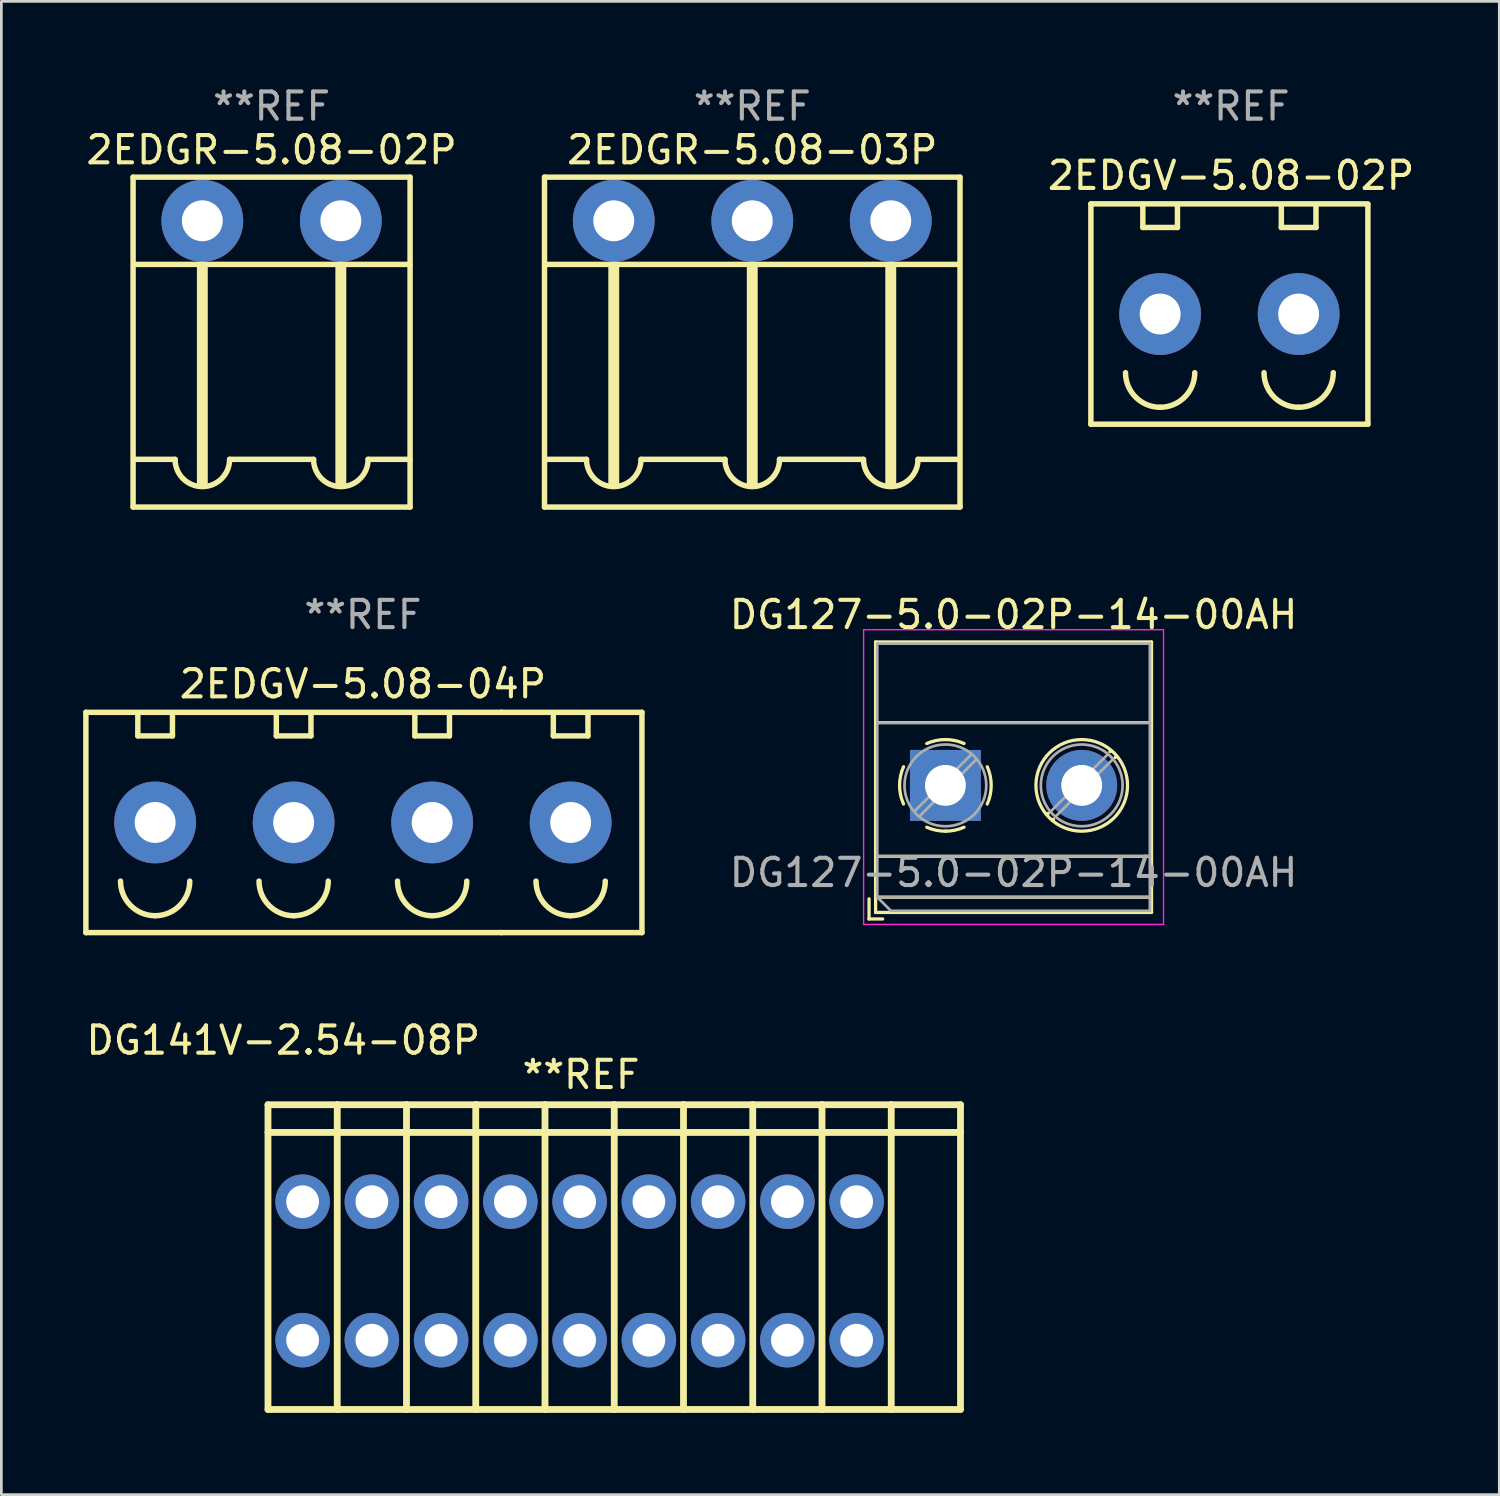
<source format=kicad_pcb>
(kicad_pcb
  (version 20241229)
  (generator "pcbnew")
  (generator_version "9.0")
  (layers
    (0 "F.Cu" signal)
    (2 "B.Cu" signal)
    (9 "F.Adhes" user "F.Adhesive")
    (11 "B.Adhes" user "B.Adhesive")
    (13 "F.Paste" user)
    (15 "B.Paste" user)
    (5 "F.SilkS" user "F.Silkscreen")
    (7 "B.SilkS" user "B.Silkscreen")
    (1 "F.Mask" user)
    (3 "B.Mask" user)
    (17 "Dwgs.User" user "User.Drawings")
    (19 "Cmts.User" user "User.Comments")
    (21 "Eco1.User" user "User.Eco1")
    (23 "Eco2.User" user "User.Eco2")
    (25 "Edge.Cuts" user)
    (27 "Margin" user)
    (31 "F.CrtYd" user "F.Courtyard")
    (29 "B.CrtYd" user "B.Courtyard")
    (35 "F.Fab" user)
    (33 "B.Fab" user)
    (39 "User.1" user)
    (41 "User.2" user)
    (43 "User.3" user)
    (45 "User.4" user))
  (footprint "DG127-5.0-02P-14-00AH"
    (layer "F.Cu")
    (at 31.625 25.756)
    (property "Reference" "DG127-5.0-02P-14-00AH" (at 2.5 -6.26 0) (layer "F.SilkS") (effects (font (size 1 1) (thickness 0.15))))
    (attr through_hole)
    (fp_line (start -2.8 4.16) (end -2.8 4.9) (stroke (width 0.12) (type solid)) (layer "F.SilkS"))
    (fp_line (start -2.8 4.9) (end -2.3 4.9) (stroke (width 0.12) (type solid)) (layer "F.SilkS"))
    (fp_line (start -2.56 -5.261) (end -2.56 4.66) (stroke (width 0.12) (type solid)) (layer "F.SilkS"))
    (fp_line (start -2.56 -5.261) (end 7.56 -5.261) (stroke (width 0.12) (type solid)) (layer "F.SilkS"))
    (fp_line (start -2.56 -2.301) (end 7.56 -2.301) (stroke (width 0.12) (type solid)) (layer "F.SilkS"))
    (fp_line (start -2.56 2.6) (end 7.56 2.6) (stroke (width 0.12) (type solid)) (layer "F.SilkS"))
    (fp_line (start -2.56 4.1) (end 7.56 4.1) (stroke (width 0.12) (type solid)) (layer "F.SilkS"))
    (fp_line (start -2.56 4.66) (end 7.56 4.66) (stroke (width 0.12) (type solid)) (layer "F.SilkS"))
    (fp_line (start 3.773 1.023) (end 3.726 1.069) (stroke (width 0.12) (type solid)) (layer "F.SilkS"))
    (fp_line (start 3.966 1.239) (end 3.931 1.274) (stroke (width 0.12) (type solid)) (layer "F.SilkS"))
    (fp_line (start 6.07 -1.275) (end 6.035 -1.239) (stroke (width 0.12) (type solid)) (layer "F.SilkS"))
    (fp_line (start 6.275 -1.069) (end 6.228 -1.023) (stroke (width 0.12) (type solid)) (layer "F.SilkS"))
    (fp_line (start 7.56 -5.261) (end 7.56 4.66) (stroke (width 0.12) (type solid)) (layer "F.SilkS"))
    (fp_arc (start -1.535427 0.683042) (mid -1.680501 -0.000524) (end -1.535 -0.684) (stroke (width 0.12) (type solid)) (layer "F.SilkS"))
    (fp_arc (start -0.683042 -1.535427) (mid 0.000524 -1.680501) (end 0.684 -1.535) (stroke (width 0.12) (type solid)) (layer "F.SilkS"))
    (fp_arc (start 0.028805 1.680253) (mid -0.335551 1.646659) (end -0.684 1.535) (stroke (width 0.12) (type solid)) (layer "F.SilkS"))
    (fp_arc (start 0.683318 1.534756) (mid 0.349292 1.643288) (end 0 1.68) (stroke (width 0.12) (type solid)) (layer "F.SilkS"))
    (fp_arc (start 1.535427 -0.683042) (mid 1.680501 0.000524) (end 1.535 0.684) (stroke (width 0.12) (type solid)) (layer "F.SilkS"))
    (fp_circle (center 5 0) (end 6.68 0) (stroke (width 0.12) (type solid)) (fill no) (layer "F.SilkS"))
    (fp_line (start -3 -5.71) (end -3 5.1) (stroke (width 0.05) (type solid)) (layer "F.CrtYd"))
    (fp_line (start -3 5.1) (end 8 5.1) (stroke (width 0.05) (type solid)) (layer "F.CrtYd"))
    (fp_line (start 8 -5.71) (end -3 -5.71) (stroke (width 0.05) (type solid)) (layer "F.CrtYd"))
    (fp_line (start 8 5.1) (end 8 -5.71) (stroke (width 0.05) (type solid)) (layer "F.CrtYd"))
    (fp_line (start -2.5 -5.2) (end 7.5 -5.2) (stroke (width 0.1) (type solid)) (layer "F.Fab"))
    (fp_line (start -2.5 -2.3) (end 7.5 -2.3) (stroke (width 0.1) (type solid)) (layer "F.Fab"))
    (fp_line (start -2.5 2.6) (end 7.5 2.6) (stroke (width 0.1) (type solid)) (layer "F.Fab"))
    (fp_line (start -2.5 4.1) (end -2.5 -5.2) (stroke (width 0.1) (type solid)) (layer "F.Fab"))
    (fp_line (start -2.5 4.1) (end 7.5 4.1) (stroke (width 0.1) (type solid)) (layer "F.Fab"))
    (fp_line (start -2 4.6) (end -2.5 4.1) (stroke (width 0.1) (type solid)) (layer "F.Fab"))
    (fp_line (start 0.955 -1.138) (end -1.138 0.955) (stroke (width 0.1) (type solid)) (layer "F.Fab"))
    (fp_line (start 1.138 -0.955) (end -0.955 1.138) (stroke (width 0.1) (type solid)) (layer "F.Fab"))
    (fp_line (start 5.955 -1.138) (end 3.863 0.955) (stroke (width 0.1) (type solid)) (layer "F.Fab"))
    (fp_line (start 6.138 -0.955) (end 4.046 1.138) (stroke (width 0.1) (type solid)) (layer "F.Fab"))
    (fp_line (start 7.5 -5.2) (end 7.5 4.6) (stroke (width 0.1) (type solid)) (layer "F.Fab"))
    (fp_line (start 7.5 4.6) (end -2 4.6) (stroke (width 0.1) (type solid)) (layer "F.Fab"))
    (fp_circle (center 0 0) (end 1.5 0) (stroke (width 0.1) (type solid)) (fill no) (layer "F.Fab"))
    (fp_circle (center 5 0) (end 6.5 0) (stroke (width 0.1) (type solid)) (fill no) (layer "F.Fab"))
    (fp_text user "${REFERENCE}" (at 2.5 3.2 0) (layer "F.Fab") (effects (font (size 1 1) (thickness 0.15))))
    (pad "1" thru_hole rect (at 0 0) (size 2.6 2.6) (drill 1.5) (layers "*.Cu" "*.Mask"))
    (pad "2" thru_hole circle (at 5 0) (size 2.6 2.6) (drill 1.5) (layers "*.Cu" "*.Mask")))
  (footprint "2EDGR-5.08-02P"
    (layer "F.Cu")
    (at 6.911 5.048)
    (property "Reference" "2EDGR-5.08-02P" (at 0 -2.6 0) (unlocked yes) (layer "F.SilkS") (effects (font (size 1 1) (thickness 0.15))))
    (attr through_hole)
    (fp_line (start -5.08 -1.6) (end -5.08 10.5) (stroke (width 0.2) (type solid)) (layer "F.SilkS"))
    (fp_line (start -5.08 -1.6) (end 5.08 -1.6) (stroke (width 0.2) (type solid)) (layer "F.SilkS"))
    (fp_line (start -5.08 10.5) (end 5.08 10.5) (stroke (width 0.2) (type solid)) (layer "F.SilkS"))
    (fp_line (start -5.06 1.6) (end 5.08 1.6) (stroke (width 0.2) (type solid)) (layer "F.SilkS"))
    (fp_line (start -3.54 8.75) (end -5.06 8.75) (stroke (width 0.2) (type solid)) (layer "F.SilkS"))
    (fp_line (start -2.54 9.6) (end -2.54 1.7) (stroke (width 0.4) (type solid)) (layer "F.SilkS"))
    (fp_line (start 1.54 8.75) (end -1.54 8.75) (stroke (width 0.2) (type solid)) (layer "F.SilkS"))
    (fp_line (start 2.54 9.6) (end 2.54 1.7) (stroke (width 0.4) (type solid)) (layer "F.SilkS"))
    (fp_line (start 5.08 -1.6) (end 5.08 10.5) (stroke (width 0.2) (type solid)) (layer "F.SilkS"))
    (fp_line (start 5.08 8.75) (end 3.54 8.75) (stroke (width 0.2) (type solid)) (layer "F.SilkS"))
    (fp_arc (start -1.54 8.75) (mid -2.54 9.75) (end -3.54 8.75) (stroke (width 0.2) (type solid)) (layer "F.SilkS"))
    (fp_arc (start 3.54 8.75) (mid 2.54 9.75) (end 1.54 8.75) (stroke (width 0.2) (type solid)) (layer "F.SilkS"))
    (fp_text user "**REF" (at 0 -4.2 0) (unlocked yes) (layer "F.Fab") (effects (font (size 1 1) (thickness 0.15))))
    (pad "1" thru_hole circle (at -2.54 0) (size 3 3) (drill 1.5) (layers "*.Cu" "*.Mask"))
    (pad "2" thru_hole circle (at 2.54 0) (size 3 3) (drill 1.5) (layers "*.Cu" "*.Mask")))
  (footprint "2EDGV-5.08-04P"
    (layer "F.Cu")
    (at 10.26 27.116)
    (property "Reference" "2EDGV-5.08-04P" (at 0 -5.08 0) (unlocked yes) (layer "F.SilkS") (effects (font (size 1 1) (thickness 0.15))))
    (attr through_hole)
    (fp_line (start -10.16 -4.04) (end -10.16 4.04) (stroke (width 0.2) (type solid)) (layer "F.SilkS"))
    (fp_line (start -10.16 -4.04) (end 5.08 -4.04) (stroke (width 0.2) (type solid)) (layer "F.SilkS"))
    (fp_line (start -10.16 4.04) (end 5.08 4.04) (stroke (width 0.2) (type solid)) (layer "F.SilkS"))
    (fp_line (start -8.255 -3.175) (end -8.255 -4) (stroke (width 0.2) (type solid)) (layer "F.SilkS"))
    (fp_line (start -8.255 -3.175) (end -6.985 -3.175) (stroke (width 0.2) (type solid)) (layer "F.SilkS"))
    (fp_line (start -6.985 -3.175) (end -6.985 -4) (stroke (width 0.2) (type solid)) (layer "F.SilkS"))
    (fp_line (start -3.175 -3.175) (end -3.175 -4) (stroke (width 0.2) (type solid)) (layer "F.SilkS"))
    (fp_line (start -3.175 -3.175) (end -1.905 -3.175) (stroke (width 0.2) (type solid)) (layer "F.SilkS"))
    (fp_line (start -1.905 -3.175) (end -1.905 -4) (stroke (width 0.2) (type solid)) (layer "F.SilkS"))
    (fp_line (start 1.905 -3.175) (end 1.905 -4) (stroke (width 0.2) (type solid)) (layer "F.SilkS"))
    (fp_line (start 1.905 -3.175) (end 3.175 -3.175) (stroke (width 0.2) (type solid)) (layer "F.SilkS"))
    (fp_line (start 3.175 -3.175) (end 3.175 -4) (stroke (width 0.2) (type solid)) (layer "F.SilkS"))
    (fp_line (start 5.08 -4.04) (end 10.235 -4.04) (stroke (width 0.2) (type solid)) (layer "F.SilkS"))
    (fp_line (start 5.08 4.04) (end 10.235 4.04) (stroke (width 0.2) (type solid)) (layer "F.SilkS"))
    (fp_line (start 6.985 -3.175) (end 6.985 -4) (stroke (width 0.2) (type solid)) (layer "F.SilkS"))
    (fp_line (start 6.985 -3.175) (end 8.255 -3.175) (stroke (width 0.2) (type solid)) (layer "F.SilkS"))
    (fp_line (start 8.255 -3.175) (end 8.255 -4) (stroke (width 0.2) (type solid)) (layer "F.SilkS"))
    (fp_line (start 10.235 4.04) (end 10.235 -4.04) (stroke (width 0.2) (type solid)) (layer "F.SilkS"))
    (fp_arc (start -7.62 3.419974) (mid -8.518025 3.048) (end -8.889999 2.149975) (stroke (width 0.2) (type solid)) (layer "F.SilkS"))
    (fp_arc (start -6.349999 2.149975) (mid -6.721976 3.047999) (end -7.62 3.419974) (stroke (width 0.2) (type solid)) (layer "F.SilkS"))
    (fp_arc (start -2.54 3.419974) (mid -3.438025 3.048) (end -3.809999 2.149975) (stroke (width 0.2) (type solid)) (layer "F.SilkS"))
    (fp_arc (start -1.269999 2.149975) (mid -1.641976 3.047999) (end -2.54 3.419974) (stroke (width 0.2) (type solid)) (layer "F.SilkS"))
    (fp_arc (start 2.54 3.419974) (mid 1.641973 3.048) (end 1.270001 2.149975) (stroke (width 0.2) (type solid)) (layer "F.SilkS"))
    (fp_arc (start 3.810001 2.149975) (mid 3.438025 3.047998) (end 2.54 3.419974) (stroke (width 0.2) (type solid)) (layer "F.SilkS"))
    (fp_arc (start 7.619999 3.419974) (mid 6.721979 3.047994) (end 6.35 2.149975) (stroke (width 0.2) (type solid)) (layer "F.SilkS"))
    (fp_arc (start 8.89 2.149975) (mid 8.518023 3.047998) (end 7.619999 3.419974) (stroke (width 0.2) (type solid)) (layer "F.SilkS"))
    (fp_text user "**REF" (at 0 -7.62 0) (unlocked yes) (layer "F.Fab") (effects (font (size 1 1) (thickness 0.15))))
    (pad "1" thru_hole circle (at -7.62 0 90) (size 3 3) (drill 1.5) (layers "*.Cu" "*.Mask"))
    (pad "2" thru_hole circle (at -2.54 0 90) (size 3 3) (drill 1.5) (layers "*.Cu" "*.Mask"))
    (pad "3" thru_hole circle (at 2.54 0 90) (size 3 3) (drill 1.5) (layers "*.Cu" "*.Mask"))
    (pad "4" thru_hole circle (at 7.62 0 90) (size 3 3) (drill 1.5) (layers "*.Cu" "*.Mask")))
  (footprint "2EDGV-5.08-02P"
    (layer "F.Cu")
    (at 42.101 8.468)
    (property "Reference" "2EDGV-5.08-02P" (at 0 -5.08 0) (unlocked yes) (layer "F.SilkS") (effects (font (size 1 1) (thickness 0.15))))
    (attr through_hole)
    (fp_line (start -5.14 -4.04) (end -5.14 4.04) (stroke (width 0.2) (type solid)) (layer "F.SilkS"))
    (fp_line (start -5.14 -4.04) (end 5.02 -4.04) (stroke (width 0.2) (type solid)) (layer "F.SilkS"))
    (fp_line (start -5.14 4.04) (end 5.02 4.04) (stroke (width 0.2) (type solid)) (layer "F.SilkS"))
    (fp_line (start -3.235 -3.175) (end -3.235 -4) (stroke (width 0.2) (type solid)) (layer "F.SilkS"))
    (fp_line (start -3.235 -3.175) (end -1.965 -3.175) (stroke (width 0.2) (type solid)) (layer "F.SilkS"))
    (fp_line (start -1.965 -3.175) (end -1.965 -4) (stroke (width 0.2) (type solid)) (layer "F.SilkS"))
    (fp_line (start 1.845 -3.175) (end 1.845 -4) (stroke (width 0.2) (type solid)) (layer "F.SilkS"))
    (fp_line (start 1.845 -3.175) (end 3.115 -3.175) (stroke (width 0.2) (type solid)) (layer "F.SilkS"))
    (fp_line (start 3.115 -3.175) (end 3.115 -4) (stroke (width 0.2) (type solid)) (layer "F.SilkS"))
    (fp_line (start 5.02 -4.024) (end 5.02 4.04) (stroke (width 0.2) (type solid)) (layer "F.SilkS"))
    (fp_arc (start -2.6 3.419974) (mid -3.498025 3.048) (end -3.869999 2.149975) (stroke (width 0.2) (type solid)) (layer "F.SilkS"))
    (fp_arc (start -1.329999 2.149975) (mid -1.701976 3.047999) (end -2.6 3.419974) (stroke (width 0.2) (type solid)) (layer "F.SilkS"))
    (fp_arc (start 2.48 3.419974) (mid 1.581975 3.048) (end 1.210001 2.149975) (stroke (width 0.2) (type solid)) (layer "F.SilkS"))
    (fp_arc (start 3.750001 2.149975) (mid 3.378024 3.047999) (end 2.48 3.419974) (stroke (width 0.2) (type solid)) (layer "F.SilkS"))
    (fp_text user "**REF" (at 0 -7.62 0) (unlocked yes) (layer "F.Fab") (effects (font (size 1 1) (thickness 0.15))))
    (pad "1" thru_hole circle (at -2.6 0 90) (size 3 3) (drill 1.5) (layers "*.Cu" "*.Mask"))
    (pad "2" thru_hole circle (at 2.48 0 90) (size 3 3) (drill 1.5) (layers "*.Cu" "*.Mask")))
  (footprint "DG141V-2.54-08P"
    (layer "F.Cu")
    (at 18.209 43.565)
    (property "Reference" "DG141V-2.54-08P" (at -10.87 -8.46 0) (layer "F.SilkS") (effects (font (size 1 1) (thickness 0.15))))
    (attr through_hole)
    (fp_line (start -11.43 -6.096) (end -8.89 -6.096) (stroke (width 0.25) (type solid)) (layer "F.SilkS"))
    (fp_line (start -11.43 -5.08) (end 13.97 -5.08) (stroke (width 0.25) (type solid)) (layer "F.SilkS"))
    (fp_line (start -11.43 5.08) (end -11.43 -6.096) (stroke (width 0.25) (type solid)) (layer "F.SilkS"))
    (fp_line (start -11.43 5.08) (end -8.89 5.08) (stroke (width 0.25) (type solid)) (layer "F.SilkS"))
    (fp_line (start -8.89 -6.096) (end -6.35 -6.096) (stroke (width 0.25) (type solid)) (layer "F.SilkS"))
    (fp_line (start -8.89 5.08) (end -8.89 -6.096) (stroke (width 0.25) (type solid)) (layer "F.SilkS"))
    (fp_line (start -8.89 5.08) (end -6.35 5.08) (stroke (width 0.25) (type solid)) (layer "F.SilkS"))
    (fp_line (start -6.35 -6.096) (end -6.35 5.08) (stroke (width 0.15) (type solid)) (layer "F.SilkS"))
    (fp_line (start -6.35 -6.096) (end -3.81 -6.096) (stroke (width 0.25) (type solid)) (layer "F.SilkS"))
    (fp_line (start -6.35 5.08) (end -6.35 -6.096) (stroke (width 0.25) (type solid)) (layer "F.SilkS"))
    (fp_line (start -6.35 5.08) (end -3.81 5.08) (stroke (width 0.25) (type solid)) (layer "F.SilkS"))
    (fp_line (start -3.81 -6.096) (end -1.27 -6.096) (stroke (width 0.25) (type solid)) (layer "F.SilkS"))
    (fp_line (start -3.81 5.08) (end -3.81 -6.096) (stroke (width 0.25) (type solid)) (layer "F.SilkS"))
    (fp_line (start -3.81 5.08) (end -1.27 5.08) (stroke (width 0.25) (type solid)) (layer "F.SilkS"))
    (fp_line (start -1.27 -6.096) (end 1.27 -6.096) (stroke (width 0.25) (type solid)) (layer "F.SilkS"))
    (fp_line (start -1.27 5.08) (end -1.27 -6.096) (stroke (width 0.25) (type solid)) (layer "F.SilkS"))
    (fp_line (start -1.27 5.08) (end 1.27 5.08) (stroke (width 0.25) (type solid)) (layer "F.SilkS"))
    (fp_line (start 1.27 -6.096) (end 3.81 -6.096) (stroke (width 0.25) (type solid)) (layer "F.SilkS"))
    (fp_line (start 1.27 5.08) (end 1.27 -6.096) (stroke (width 0.25) (type solid)) (layer "F.SilkS"))
    (fp_line (start 1.27 5.08) (end 3.81 5.08) (stroke (width 0.25) (type solid)) (layer "F.SilkS"))
    (fp_line (start 3.81 -6.096) (end 6.35 -6.096) (stroke (width 0.25) (type solid)) (layer "F.SilkS"))
    (fp_line (start 3.81 5.08) (end 3.81 -6.096) (stroke (width 0.25) (type solid)) (layer "F.SilkS"))
    (fp_line (start 3.81 5.08) (end 6.35 5.08) (stroke (width 0.25) (type solid)) (layer "F.SilkS"))
    (fp_line (start 6.35 -6.096) (end 8.89 -6.096) (stroke (width 0.25) (type solid)) (layer "F.SilkS"))
    (fp_line (start 6.35 5.08) (end 6.35 -6.096) (stroke (width 0.25) (type solid)) (layer "F.SilkS"))
    (fp_line (start 6.35 5.08) (end 8.89 5.08) (stroke (width 0.25) (type solid)) (layer "F.SilkS"))
    (fp_line (start 8.89 -6.096) (end 11.43 -6.096) (stroke (width 0.25) (type solid)) (layer "F.SilkS"))
    (fp_line (start 8.89 5.08) (end 8.89 -6.096) (stroke (width 0.25) (type solid)) (layer "F.SilkS"))
    (fp_line (start 8.89 5.08) (end 11.43 5.08) (stroke (width 0.25) (type solid)) (layer "F.SilkS"))
    (fp_line (start 11.43 -6.096) (end 11.43 5.08) (stroke (width 0.25) (type solid)) (layer "F.SilkS"))
    (fp_line (start 11.43 -6.096) (end 13.97 -6.096) (stroke (width 0.25) (type solid)) (layer "F.SilkS"))
    (fp_line (start 11.43 5.08) (end 13.97 5.08) (stroke (width 0.25) (type solid)) (layer "F.SilkS"))
    (fp_line (start 13.97 -6.096) (end 13.97 5.08) (stroke (width 0.25) (type solid)) (layer "F.SilkS"))
    (fp_text user "**REF" (at 0.05 -7.2 0) (unlocked yes) (layer "F.SilkS") (effects (font (size 1 1) (thickness 0.15))))
    (pad "1" thru_hole circle (at -10.16 -2.54) (size 2 2) (drill 1.2) (layers "*.Cu" "*.Mask"))
    (pad "1" thru_hole circle (at -10.16 2.54) (size 2 2) (drill 1.2) (layers "*.Cu" "*.Mask"))
    (pad "2" thru_hole circle (at -7.62 -2.54) (size 2 2) (drill 1.2) (layers "*.Cu" "*.Mask"))
    (pad "2" thru_hole circle (at -7.62 2.54) (size 2 2) (drill 1.2) (layers "*.Cu" "*.Mask"))
    (pad "3" thru_hole circle (at -5.08 -2.54) (size 2 2) (drill 1.2) (layers "*.Cu" "*.Mask"))
    (pad "3" thru_hole circle (at -5.08 2.54) (size 2 2) (drill 1.2) (layers "*.Cu" "*.Mask"))
    (pad "4" thru_hole circle (at -2.54 -2.54) (size 2 2) (drill 1.2) (layers "*.Cu" "*.Mask"))
    (pad "4" thru_hole circle (at -2.54 2.54) (size 2 2) (drill 1.2) (layers "*.Cu" "*.Mask"))
    (pad "5" thru_hole circle (at 0 -2.54) (size 2 2) (drill 1.2) (layers "*.Cu" "*.Mask"))
    (pad "5" thru_hole circle (at 0 2.54) (size 2 2) (drill 1.2) (layers "*.Cu" "*.Mask"))
    (pad "6" thru_hole circle (at 2.54 -2.54) (size 2 2) (drill 1.2) (layers "*.Cu" "*.Mask"))
    (pad "6" thru_hole circle (at 2.54 2.54) (size 2 2) (drill 1.2) (layers "*.Cu" "*.Mask"))
    (pad "7" thru_hole circle (at 5.08 -2.54) (size 2 2) (drill 1.2) (layers "*.Cu" "*.Mask"))
    (pad "7" thru_hole circle (at 5.08 2.54) (size 2 2) (drill 1.2) (layers "*.Cu" "*.Mask"))
    (pad "8" thru_hole circle (at 7.62 -2.54) (size 2 2) (drill 1.2) (layers "*.Cu" "*.Mask"))
    (pad "8" thru_hole circle (at 7.62 2.54) (size 2 2) (drill 1.2) (layers "*.Cu" "*.Mask"))
    (pad "9" thru_hole circle (at 10.16 -2.54) (size 2 2) (drill 1.2) (layers "*.Cu" "*.Mask"))
    (pad "9" thru_hole circle (at 10.16 2.54) (size 2 2) (drill 1.2) (layers "*.Cu" "*.Mask")))
  (footprint "2EDGR-5.08-03P"
    (layer "F.Cu")
    (at 24.541 5.048)
    (property "Reference" "2EDGR-5.08-03P" (at 0 -2.6 0) (unlocked yes) (layer "F.SilkS") (effects (font (size 1 1) (thickness 0.15))))
    (attr through_hole)
    (fp_line (start -7.62 -1.6) (end -7.62 10.5) (stroke (width 0.2) (type solid)) (layer "F.SilkS"))
    (fp_line (start -7.62 -1.6) (end 7.62 -1.6) (stroke (width 0.2) (type solid)) (layer "F.SilkS"))
    (fp_line (start -7.62 10.5) (end 7.62 10.5) (stroke (width 0.2) (type solid)) (layer "F.SilkS"))
    (fp_line (start -7.6 1.6) (end 7.6 1.6) (stroke (width 0.2) (type solid)) (layer "F.SilkS"))
    (fp_line (start -6.08 8.75) (end -7.6 8.75) (stroke (width 0.2) (type solid)) (layer "F.SilkS"))
    (fp_line (start -5.08 9.6) (end -5.08 1.7) (stroke (width 0.4) (type solid)) (layer "F.SilkS"))
    (fp_line (start -1 8.75) (end -4.08 8.75) (stroke (width 0.2) (type solid)) (layer "F.SilkS"))
    (fp_line (start 0 9.6) (end 0 1.7) (stroke (width 0.4) (type solid)) (layer "F.SilkS"))
    (fp_line (start 4.08 8.75) (end 1 8.75) (stroke (width 0.2) (type solid)) (layer "F.SilkS"))
    (fp_line (start 5.08 9.6) (end 5.08 1.7) (stroke (width 0.4) (type solid)) (layer "F.SilkS"))
    (fp_line (start 7.6 8.75) (end 6.08 8.75) (stroke (width 0.2) (type solid)) (layer "F.SilkS"))
    (fp_line (start 7.62 -1.6) (end 7.62 10.5) (stroke (width 0.2) (type solid)) (layer "F.SilkS"))
    (fp_arc (start -4.08 8.75) (mid -5.08 9.75) (end -6.08 8.75) (stroke (width 0.2) (type solid)) (layer "F.SilkS"))
    (fp_arc (start 1 8.75) (mid 0 9.75) (end -1 8.75) (stroke (width 0.2) (type solid)) (layer "F.SilkS"))
    (fp_arc (start 6.08 8.75) (mid 5.08 9.75) (end 4.08 8.75) (stroke (width 0.2) (type solid)) (layer "F.SilkS"))
    (fp_text user "**REF" (at 0 -4.2 0) (unlocked yes) (layer "F.Fab") (effects (font (size 1 1) (thickness 0.15))))
    (pad "1" thru_hole circle (at -5.08 0) (size 3 3) (drill 1.5) (layers "*.Cu" "*.Mask"))
    (pad "2" thru_hole circle (at 0 0) (size 3 3) (drill 1.5) (layers "*.Cu" "*.Mask"))
    (pad "3" thru_hole circle (at 5.08 0) (size 3 3) (drill 1.5) (layers "*.Cu" "*.Mask")))
  (gr_rect
    (start -3 -3)
    (end 51.94 51.77)
    (stroke (width 0.1) (type default))
    (fill no)
    (layer "Edge.Cuts")))
</source>
